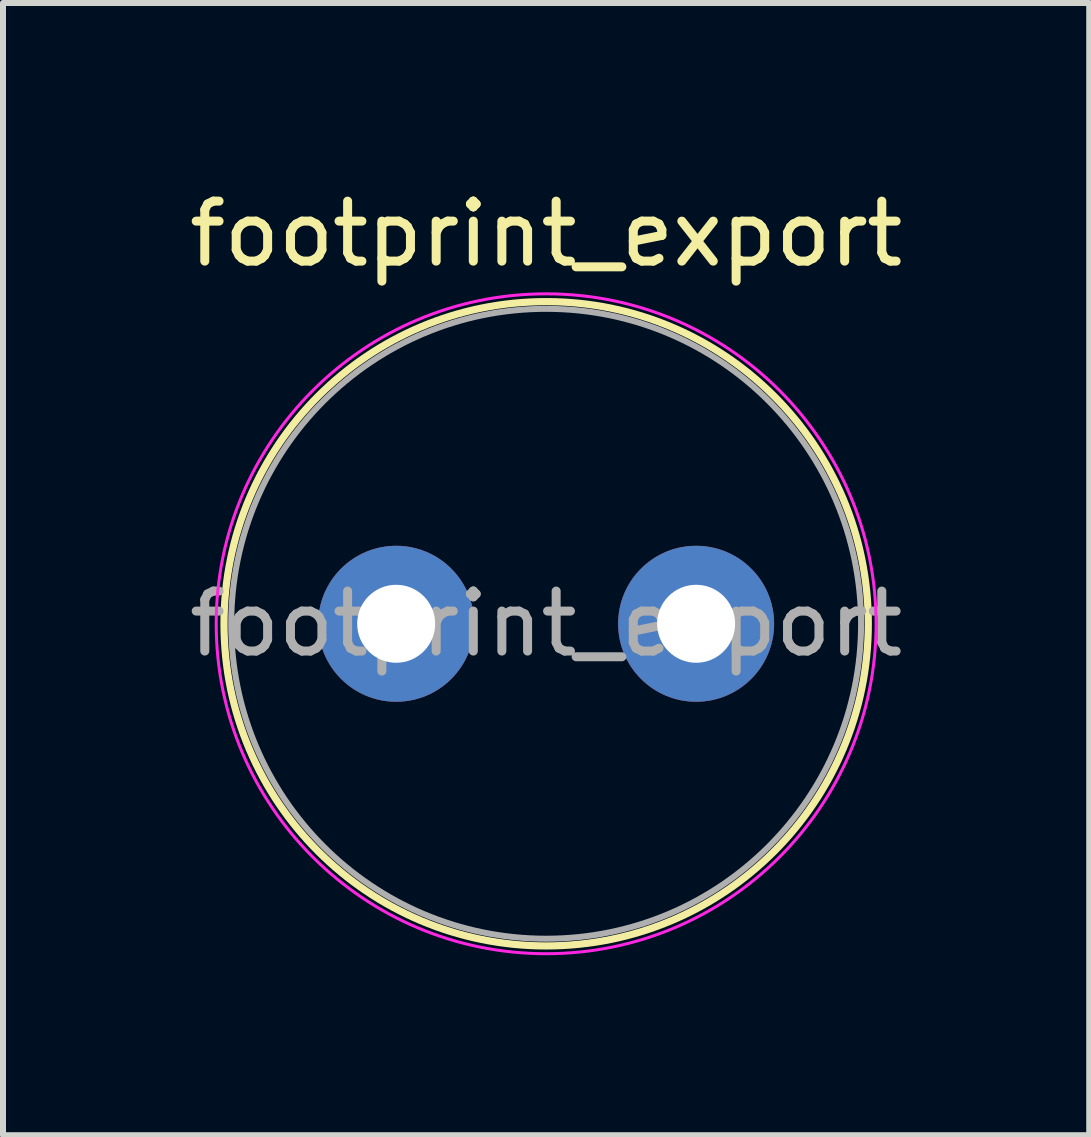
<source format=kicad_pcb>
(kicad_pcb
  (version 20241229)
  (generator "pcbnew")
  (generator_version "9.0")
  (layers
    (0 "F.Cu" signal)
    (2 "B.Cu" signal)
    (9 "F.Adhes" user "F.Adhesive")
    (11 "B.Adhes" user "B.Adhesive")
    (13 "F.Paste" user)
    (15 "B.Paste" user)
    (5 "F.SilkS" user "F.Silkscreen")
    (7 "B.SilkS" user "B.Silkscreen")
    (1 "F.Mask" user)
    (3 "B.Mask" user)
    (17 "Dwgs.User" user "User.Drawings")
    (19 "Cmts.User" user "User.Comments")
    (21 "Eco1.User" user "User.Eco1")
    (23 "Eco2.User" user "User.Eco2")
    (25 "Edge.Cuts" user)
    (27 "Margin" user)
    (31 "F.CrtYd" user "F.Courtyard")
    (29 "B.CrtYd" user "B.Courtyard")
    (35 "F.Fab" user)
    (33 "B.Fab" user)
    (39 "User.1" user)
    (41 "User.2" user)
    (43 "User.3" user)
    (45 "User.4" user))
  (footprint "footprint_export"
    (layer "F.Cu")
    (at 3.554 7.348)
    (property "Reference" "footprint_export" (at 2.5 -6.5 0) (layer "F.SilkS") (effects (font (size 1 1) (thickness 0.15))))
    (attr through_hole)
    (fp_circle (center 2.5 0) (end 7.87 0) (stroke (width 0.12) (type solid)) (fill no) (layer "F.SilkS"))
    (fp_circle (center 2.5 0) (end 8 0) (stroke (width 0.05) (type solid)) (fill no) (layer "F.CrtYd"))
    (fp_circle (center 2.5 0) (end 7.75 0) (stroke (width 0.1) (type solid)) (fill no) (layer "F.Fab"))
    (fp_text user "${REFERENCE}" (at 2.5 0 0) (layer "F.Fab") (effects (font (size 1 1) (thickness 0.15))))
    (pad "1" thru_hole circle (at 0 0) (size 2.6 2.6) (drill 1.3) (layers "*.Cu" "*.Mask"))
    (pad "2" thru_hole circle (at 5 0) (size 2.6 2.6) (drill 1.3) (layers "*.Cu" "*.Mask")))
  (gr_rect
    (start -3 -3)
    (end 15.107 15.873)
    (stroke (width 0.1) (type default))
    (fill no)
    (layer "Edge.Cuts")))
</source>
